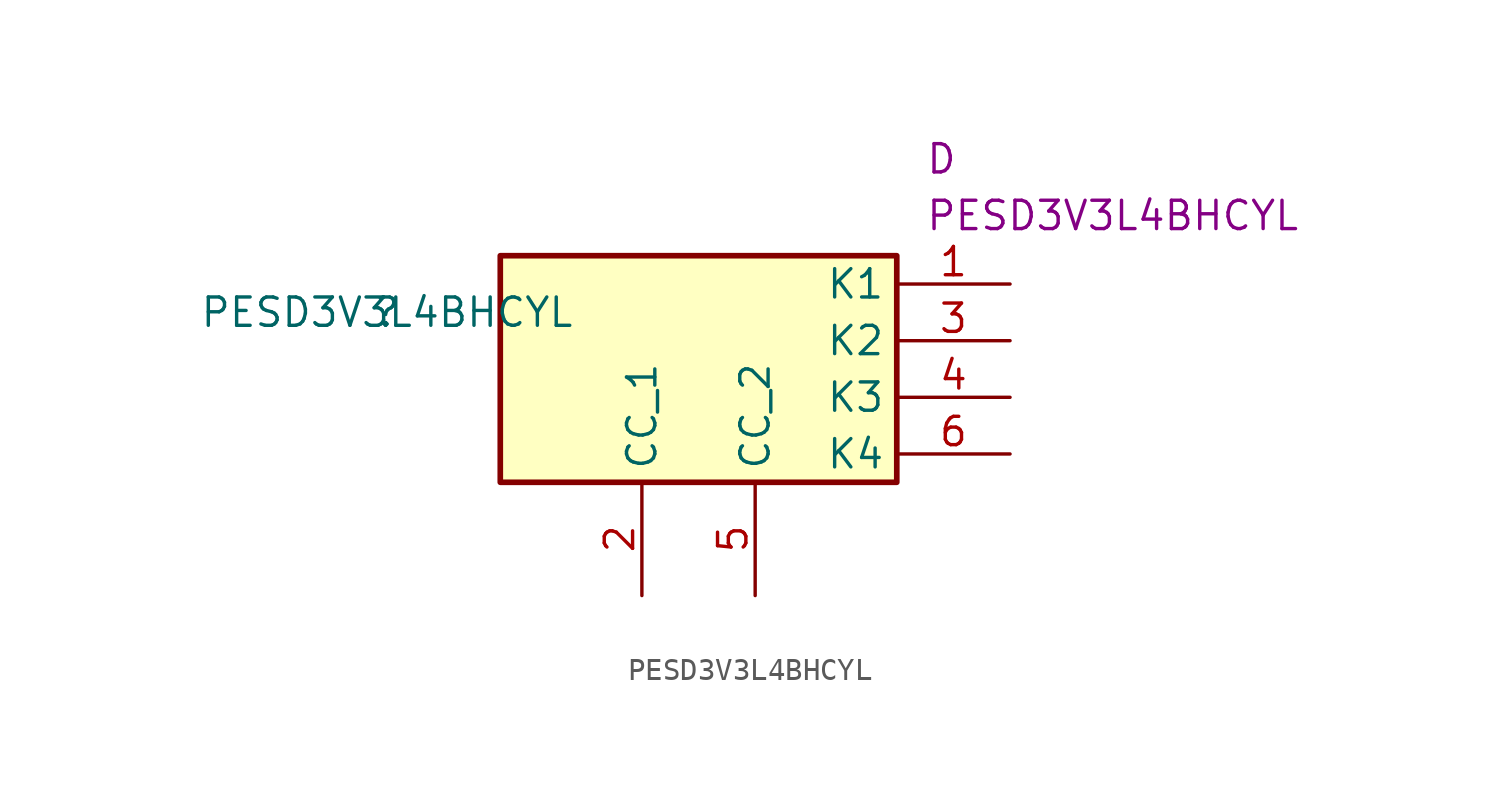
<source format=kicad_sym>
(kicad_symbol_lib
  (version 20211014)
  (generator kicad_symbol_editor)
  (symbol "PESD3V3L4BHCYL"
    (property "Reference" ""
      (at 0 0 0)
      (effects (font (size 1.27 1.27))))
    (property "Value" "PESD3V3L4BHCYL"
      (at 0 0 0)
      (effects (font (size 1.27 1.27))))
    (property "Reference_1" "D"
      (at 24.13 7.62 0)
      (effects (font (size 1.27 1.27)) (justify left top)))
    (property "Value_1" "PESD3V3L4BHCYL"
      (at 24.13 5.08 0)
      (effects (font (size 1.27 1.27)) (justify left top)))
    (symbol "PESD3V3L4BHCYL_1_1"
      (rectangle (start 5.08 2.54) (end 22.86 -7.62) (stroke (width 0.254) (type default) (color 0 0 0 0)) (fill (type background)))
      (pin passive line (at 27.94 1.27 180) (length 5.08) (name "K1" (effects (font (size 1.27 1.27)))) (number "1" (effects (font (size 1.27 1.27)))))
      (pin passive line (at 11.43 -12.7 90) (length 5.08) (name "CC_1" (effects (font (size 1.27 1.27)))) (number "2" (effects (font (size 1.27 1.27)))))
      (pin passive line (at 27.94 -1.27 180) (length 5.08) (name "K2" (effects (font (size 1.27 1.27)))) (number "3" (effects (font (size 1.27 1.27)))))
      (pin passive line (at 27.94 -3.81 180) (length 5.08) (name "K3" (effects (font (size 1.27 1.27)))) (number "4" (effects (font (size 1.27 1.27)))))
      (pin passive line (at 16.51 -12.7 90) (length 5.08) (name "CC_2" (effects (font (size 1.27 1.27)))) (number "5" (effects (font (size 1.27 1.27)))))
      (pin passive line (at 27.94 -6.35 180) (length 5.08) (name "K4" (effects (font (size 1.27 1.27)))) (number "6" (effects (font (size 1.27 1.27))))))))
</source>
